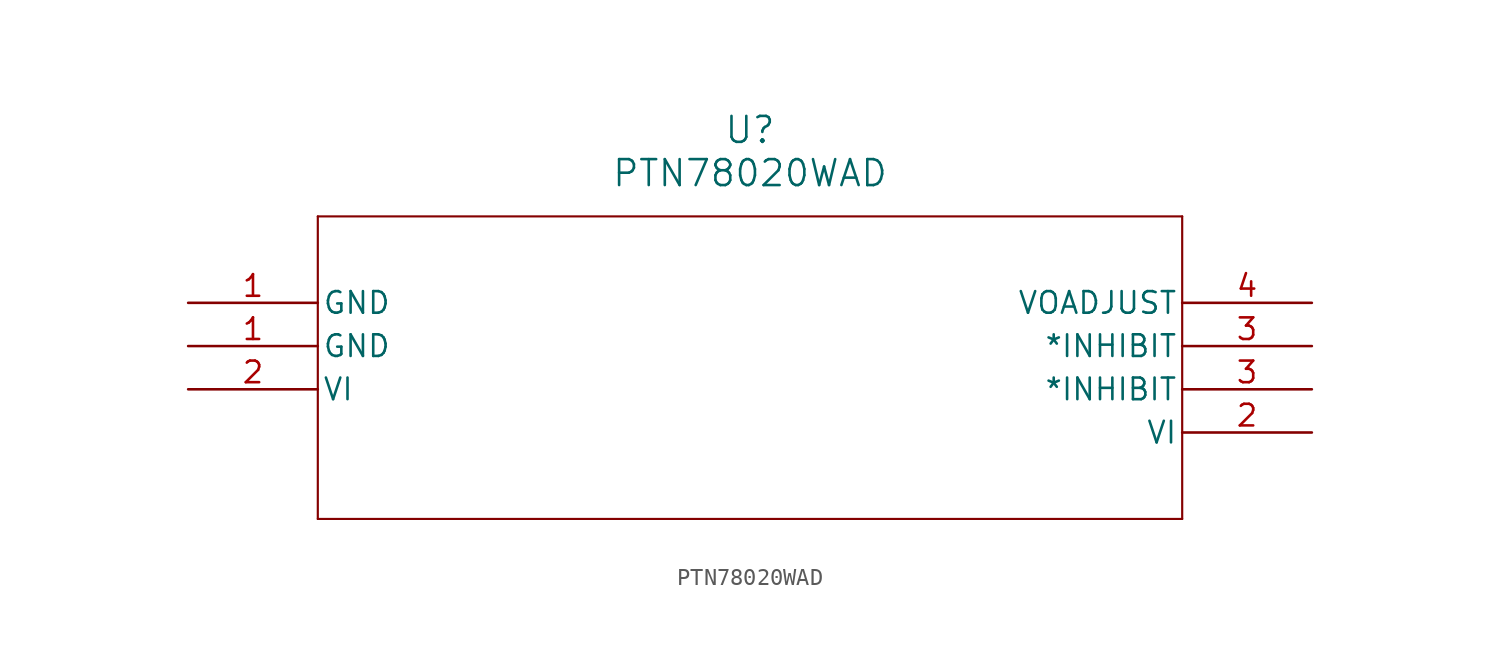
<source format=kicad_sym>
(kicad_symbol_lib
  (version 20211014)
  (generator kicad_symbol_editor)
  (symbol "PTN78020WAD"
    (pin_names
      (offset 0.254))
    (property "Reference" "U"
      (at 33.02 10.16 0)
      (effects (font (size 1.524 1.524))))
    (property "Value" "PTN78020WAD"
      (at 33.02 7.62 0)
      (effects (font (size 1.524 1.524))))
    (symbol "PTN78020WAD_0_1"
      (polyline (pts (xy 7.62 5.08) (xy 7.62 -12.7)) (stroke (width 0.127) (type default) (color 0 0 0 0)) (fill (type none)))
      (polyline (pts (xy 7.62 -12.7) (xy 58.42 -12.7)) (stroke (width 0.127) (type default) (color 0 0 0 0)) (fill (type none)))
      (polyline (pts (xy 58.42 -12.7) (xy 58.42 5.08)) (stroke (width 0.127) (type default) (color 0 0 0 0)) (fill (type none)))
      (polyline (pts (xy 58.42 5.08) (xy 7.62 5.08)) (stroke (width 0.127) (type default) (color 0 0 0 0)) (fill (type none)))
      (pin power_in line (at 0 0 0) (length 7.62) (name "GND" (effects (font (size 1.27 1.27)))) (number "1" (effects (font (size 1.27 1.27)))))
      (pin power_in line (at 0 -2.54 0) (length 7.62) (name "GND" (effects (font (size 1.27 1.27)))) (number "1" (effects (font (size 1.27 1.27)))))
      (pin input line (at 0 -5.08 0) (length 7.62) (name "VI" (effects (font (size 1.27 1.27)))) (number "2" (effects (font (size 1.27 1.27)))))
      (pin input line (at 66.04 -7.62 180) (length 7.62) (name "VI" (effects (font (size 1.27 1.27)))) (number "2" (effects (font (size 1.27 1.27)))))
      (pin input line (at 66.04 -5.08 180) (length 7.62) (name "*INHIBIT" (effects (font (size 1.27 1.27)))) (number "3" (effects (font (size 1.27 1.27)))))
      (pin input line (at 66.04 -2.54 180) (length 7.62) (name "*INHIBIT" (effects (font (size 1.27 1.27)))) (number "3" (effects (font (size 1.27 1.27)))))
      (pin input line (at 66.04 0 180) (length 7.62) (name "VOADJUST" (effects (font (size 1.27 1.27)))) (number "4" (effects (font (size 1.27 1.27))))))))
</source>
